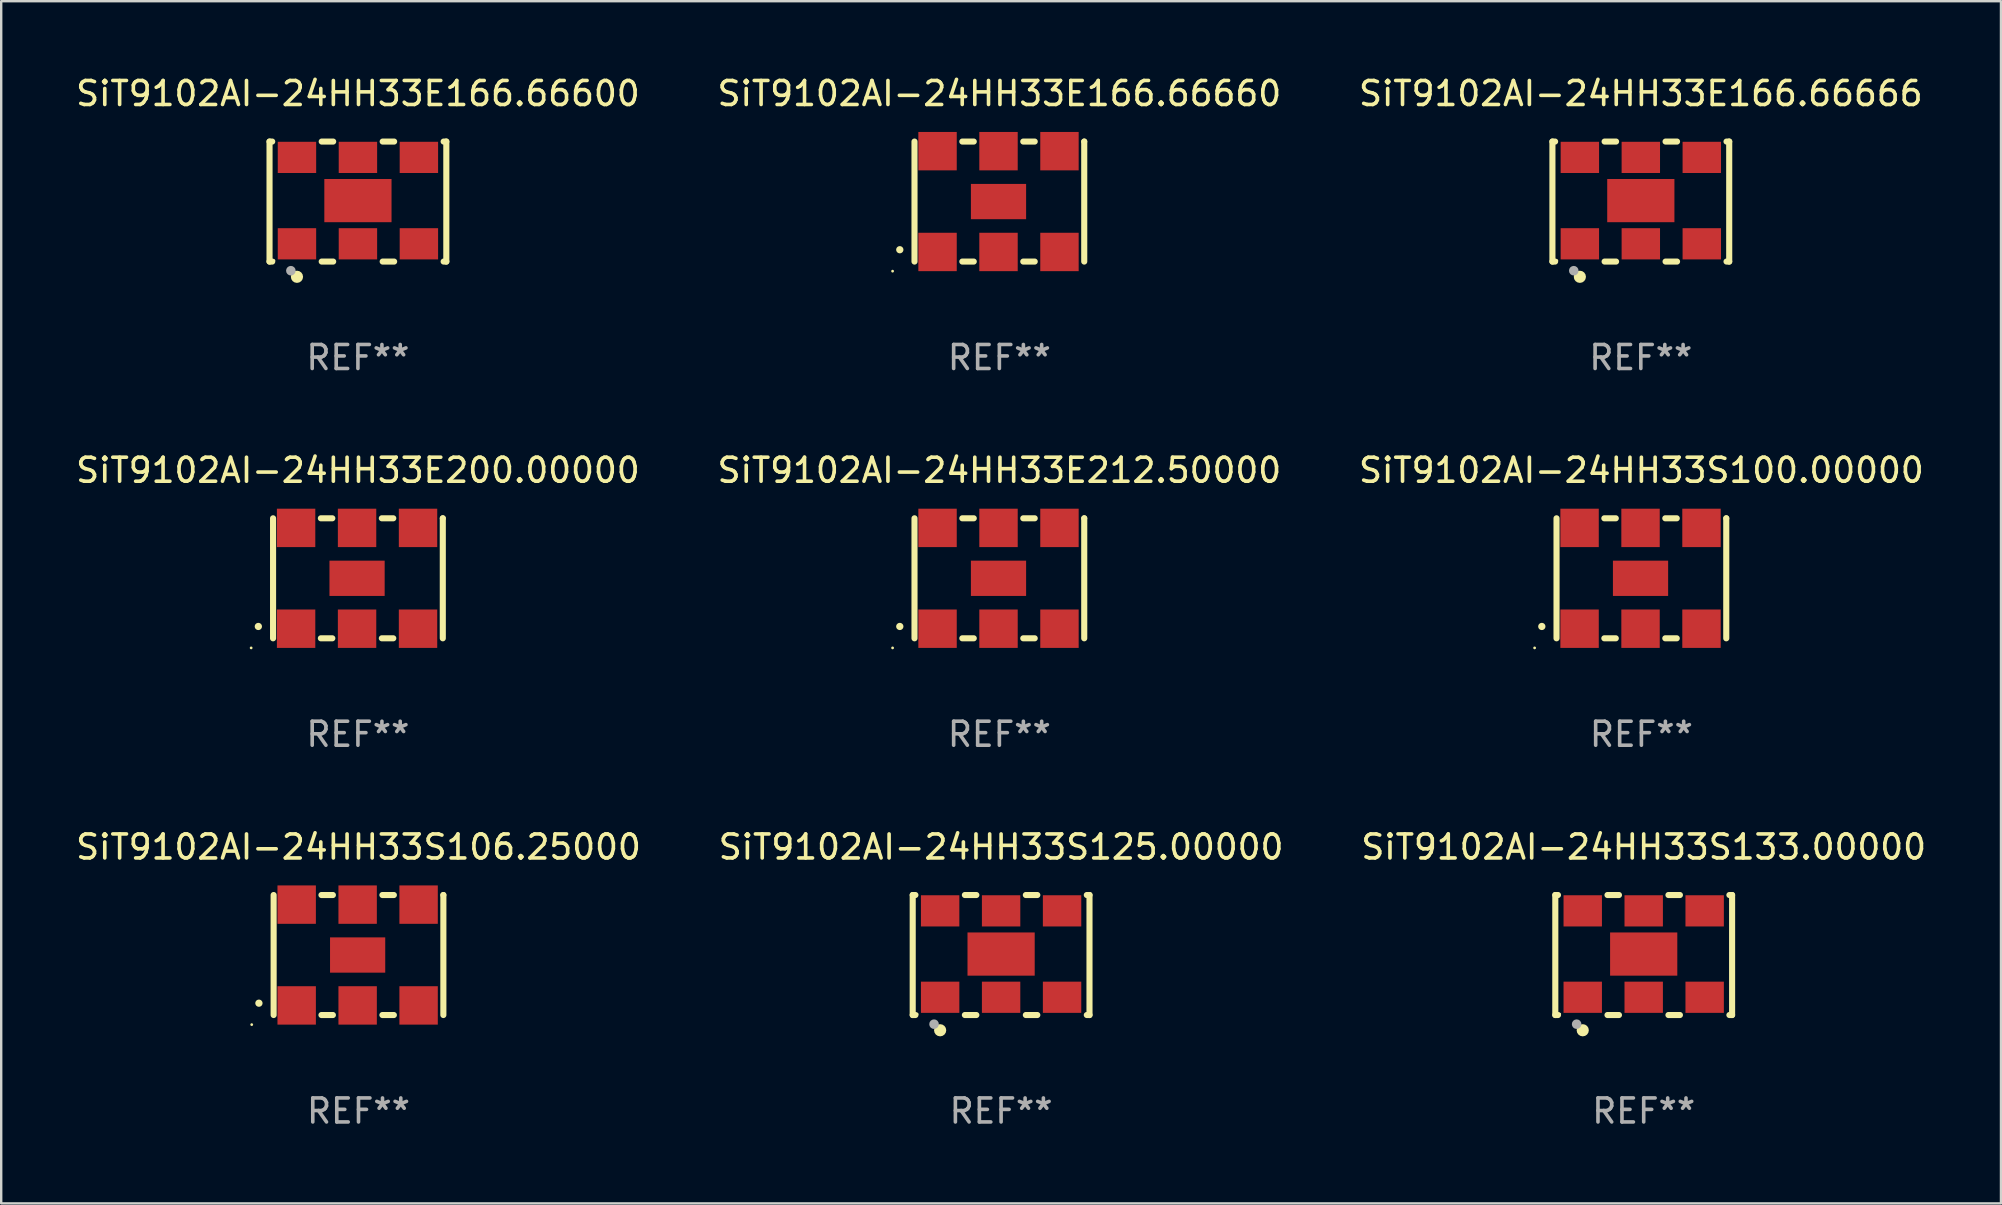
<source format=kicad_pcb>
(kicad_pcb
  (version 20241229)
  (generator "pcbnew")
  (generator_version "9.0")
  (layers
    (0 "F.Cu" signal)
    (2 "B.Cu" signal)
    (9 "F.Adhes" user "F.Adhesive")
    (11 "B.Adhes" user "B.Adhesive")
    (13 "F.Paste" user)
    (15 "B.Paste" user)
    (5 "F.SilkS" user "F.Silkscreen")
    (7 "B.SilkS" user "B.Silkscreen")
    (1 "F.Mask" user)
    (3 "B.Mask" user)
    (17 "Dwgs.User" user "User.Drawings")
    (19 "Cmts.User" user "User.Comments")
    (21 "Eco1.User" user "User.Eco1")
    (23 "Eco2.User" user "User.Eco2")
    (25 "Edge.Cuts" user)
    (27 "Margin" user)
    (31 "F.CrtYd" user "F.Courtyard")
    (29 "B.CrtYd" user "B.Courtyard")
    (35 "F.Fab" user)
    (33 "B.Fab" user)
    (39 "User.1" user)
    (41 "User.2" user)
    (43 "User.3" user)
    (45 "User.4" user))
  (footprint "SiT9102AI-24HH33S106.25000"
    (layer "F.Cu")
    (at 11.887 36.741)
    (property "Reference" "SiT9102AI-24HH33S106.25000" (at 0 -4.5 0) (layer "F.SilkS") (effects (font (size 1 1) (thickness 0.15))))
    (attr through_hole)
    (fp_line (start -3.536 -2.5) (end -3.536 2.5) (stroke (width 0.254) (type solid)) (layer "F.SilkS"))
    (fp_line (start -1.544 2.5) (end -1.067 2.5) (stroke (width 0.254) (type solid)) (layer "F.SilkS"))
    (fp_line (start -1.067 -2.5) (end -1.544 -2.5) (stroke (width 0.254) (type solid)) (layer "F.SilkS"))
    (fp_line (start 0.996 2.5) (end 1.473 2.5) (stroke (width 0.254) (type solid)) (layer "F.SilkS"))
    (fp_line (start 1.473 -2.5) (end 0.996 -2.5) (stroke (width 0.254) (type solid)) (layer "F.SilkS"))
    (fp_line (start 3.536 -2.5) (end 3.536 -2.5) (stroke (width 0.254) (type solid)) (layer "F.SilkS"))
    (fp_line (start 3.536 2.5) (end 3.536 -2.5) (stroke (width 0.254) (type solid)) (layer "F.SilkS"))
    (fp_arc (start -4.150432 2.006604) (mid -4.149162 2.006599) (end -4.147892 2.006604) (stroke (width 0.3) (type solid)) (layer "F.SilkS"))
    (fp_circle (center -4.449 2.9) (end -4.419 2.9) (stroke (width 0.06) (type solid)) (fill no) (layer "F.SilkS"))
    (fp_text user "REF**" (at 0 6.5 0) (layer "F.Fab") (effects (font (size 1 1) (thickness 0.15))))
    (pad "1" smd rect (at -2.576 2.1) (size 1.6 1.6) (layers "F.Cu" "F.Mask" "F.Paste"))
    (pad "2" smd rect (at -0.036 2.1) (size 1.6 1.6) (layers "F.Cu" "F.Mask" "F.Paste"))
    (pad "3" smd rect (at 2.504 2.1) (size 1.6 1.6) (layers "F.Cu" "F.Mask" "F.Paste"))
    (pad "4" smd rect (at 2.504 -2.1) (size 1.6 1.6) (layers "F.Cu" "F.Mask" "F.Paste"))
    (pad "5" smd rect (at -0.036 -2.1) (size 1.6 1.6) (layers "F.Cu" "F.Mask" "F.Paste"))
    (pad "6" smd rect (at -2.576 -2.1) (size 1.6 1.6) (layers "F.Cu" "F.Mask" "F.Paste"))
    (pad "7" smd rect (at -0.036 0) (size 2.3 1.47) (layers "F.Cu" "F.Mask" "F.Paste")))
  (footprint "SiT9102AI-24HH33E166.66600"
    (layer "F.Cu")
    (at 11.863 5.348)
    (property "Reference" "SiT9102AI-24HH33E166.66600" (at 0 -4.5 0) (layer "F.SilkS") (effects (font (size 1 1) (thickness 0.15))))
    (attr through_hole)
    (fp_line (start -3.683 -2.5) (end -3.571 -2.5) (stroke (width 0.254) (type solid)) (layer "F.SilkS"))
    (fp_line (start -3.683 2.5) (end -3.683 -2.5) (stroke (width 0.254) (type solid)) (layer "F.SilkS"))
    (fp_line (start -3.683 2.5) (end -3.571 2.5) (stroke (width 0.254) (type solid)) (layer "F.SilkS"))
    (fp_line (start -1.509 -2.5) (end -1.031 -2.5) (stroke (width 0.254) (type solid)) (layer "F.SilkS"))
    (fp_line (start -1.509 2.5) (end -1.031 2.5) (stroke (width 0.254) (type solid)) (layer "F.SilkS"))
    (fp_line (start 1.031 -2.5) (end 1.509 -2.5) (stroke (width 0.254) (type solid)) (layer "F.SilkS"))
    (fp_line (start 1.031 2.5) (end 1.509 2.5) (stroke (width 0.254) (type solid)) (layer "F.SilkS"))
    (fp_line (start 3.571 -2.5) (end 3.683 -2.5) (stroke (width 0.254) (type solid)) (layer "F.SilkS"))
    (fp_line (start 3.571 2.5) (end 3.683 2.5) (stroke (width 0.254) (type solid)) (layer "F.SilkS"))
    (fp_line (start 3.683 2.5) (end 3.683 -2.5) (stroke (width 0.254) (type solid)) (layer "F.SilkS"))
    (fp_circle (center -3.5 2.46) (end -3.47 2.46) (stroke (width 0.06) (type solid)) (fill no) (layer "F.SilkS"))
    (fp_circle (center -2.54 3.135) (end -2.413 3.135) (stroke (width 0.254) (type solid)) (fill no) (layer "F.SilkS"))
    (fp_circle (center -2.794 2.881) (end -2.694 2.881) (stroke (width 0.2) (type solid)) (fill no) (layer "F.Fab"))
    (fp_text user "REF**" (at 0 6.5 0) (layer "F.Fab") (effects (font (size 1 1) (thickness 0.15))))
    (pad "1" smd rect (at -2.54 1.76) (size 1.6 1.3) (layers "F.Cu" "F.Mask" "F.Paste"))
    (pad "2" smd rect (at 0 1.76) (size 1.6 1.3) (layers "F.Cu" "F.Mask" "F.Paste"))
    (pad "3" smd rect (at 2.54 1.76) (size 1.6 1.3) (layers "F.Cu" "F.Mask" "F.Paste"))
    (pad "4" smd rect (at 2.54 -1.84) (size 1.6 1.3) (layers "F.Cu" "F.Mask" "F.Paste"))
    (pad "5" smd rect (at 0 -1.84) (size 1.6 1.3) (layers "F.Cu" "F.Mask" "F.Paste"))
    (pad "6" smd rect (at -2.54 -1.84) (size 1.6 1.3) (layers "F.Cu" "F.Mask" "F.Paste"))
    (pad "7" smd rect (at 0 -0.04) (size 2.8 1.8) (layers "F.Cu" "F.Mask" "F.Paste")))
  (footprint "SiT9102AI-24HH33E166.66660"
    (layer "F.Cu")
    (at 38.589 5.348)
    (property "Reference" "SiT9102AI-24HH33E166.66660" (at 0 -4.5 0) (layer "F.SilkS") (effects (font (size 1 1) (thickness 0.15))))
    (attr through_hole)
    (fp_line (start -3.536 -2.5) (end -3.536 2.5) (stroke (width 0.254) (type solid)) (layer "F.SilkS"))
    (fp_line (start -1.544 2.5) (end -1.067 2.5) (stroke (width 0.254) (type solid)) (layer "F.SilkS"))
    (fp_line (start -1.067 -2.5) (end -1.544 -2.5) (stroke (width 0.254) (type solid)) (layer "F.SilkS"))
    (fp_line (start 0.996 2.5) (end 1.473 2.5) (stroke (width 0.254) (type solid)) (layer "F.SilkS"))
    (fp_line (start 1.473 -2.5) (end 0.996 -2.5) (stroke (width 0.254) (type solid)) (layer "F.SilkS"))
    (fp_line (start 3.536 -2.5) (end 3.536 -2.5) (stroke (width 0.254) (type solid)) (layer "F.SilkS"))
    (fp_line (start 3.536 2.5) (end 3.536 -2.5) (stroke (width 0.254) (type solid)) (layer "F.SilkS"))
    (fp_arc (start -4.150432 2.006604) (mid -4.149162 2.006599) (end -4.147892 2.006604) (stroke (width 0.3) (type solid)) (layer "F.SilkS"))
    (fp_circle (center -4.449 2.9) (end -4.419 2.9) (stroke (width 0.06) (type solid)) (fill no) (layer "F.SilkS"))
    (fp_text user "REF**" (at 0 6.5 0) (layer "F.Fab") (effects (font (size 1 1) (thickness 0.15))))
    (pad "1" smd rect (at -2.576 2.1) (size 1.6 1.6) (layers "F.Cu" "F.Mask" "F.Paste"))
    (pad "2" smd rect (at -0.036 2.1) (size 1.6 1.6) (layers "F.Cu" "F.Mask" "F.Paste"))
    (pad "3" smd rect (at 2.504 2.1) (size 1.6 1.6) (layers "F.Cu" "F.Mask" "F.Paste"))
    (pad "4" smd rect (at 2.504 -2.1) (size 1.6 1.6) (layers "F.Cu" "F.Mask" "F.Paste"))
    (pad "5" smd rect (at -0.036 -2.1) (size 1.6 1.6) (layers "F.Cu" "F.Mask" "F.Paste"))
    (pad "6" smd rect (at -2.576 -2.1) (size 1.6 1.6) (layers "F.Cu" "F.Mask" "F.Paste"))
    (pad "7" smd rect (at -0.036 0) (size 2.3 1.47) (layers "F.Cu" "F.Mask" "F.Paste")))
  (footprint "SiT9102AI-24HH33E200.00000"
    (layer "F.Cu")
    (at 11.863 21.045)
    (property "Reference" "SiT9102AI-24HH33E200.00000" (at 0 -4.5 0) (layer "F.SilkS") (effects (font (size 1 1) (thickness 0.15))))
    (attr through_hole)
    (fp_line (start -3.536 -2.5) (end -3.536 2.5) (stroke (width 0.254) (type solid)) (layer "F.SilkS"))
    (fp_line (start -1.544 2.5) (end -1.067 2.5) (stroke (width 0.254) (type solid)) (layer "F.SilkS"))
    (fp_line (start -1.067 -2.5) (end -1.544 -2.5) (stroke (width 0.254) (type solid)) (layer "F.SilkS"))
    (fp_line (start 0.996 2.5) (end 1.473 2.5) (stroke (width 0.254) (type solid)) (layer "F.SilkS"))
    (fp_line (start 1.473 -2.5) (end 0.996 -2.5) (stroke (width 0.254) (type solid)) (layer "F.SilkS"))
    (fp_line (start 3.536 -2.5) (end 3.536 -2.5) (stroke (width 0.254) (type solid)) (layer "F.SilkS"))
    (fp_line (start 3.536 2.5) (end 3.536 -2.5) (stroke (width 0.254) (type solid)) (layer "F.SilkS"))
    (fp_arc (start -4.150432 2.006604) (mid -4.149162 2.006599) (end -4.147892 2.006604) (stroke (width 0.3) (type solid)) (layer "F.SilkS"))
    (fp_circle (center -4.449 2.9) (end -4.419 2.9) (stroke (width 0.06) (type solid)) (fill no) (layer "F.SilkS"))
    (fp_text user "REF**" (at 0 6.5 0) (layer "F.Fab") (effects (font (size 1 1) (thickness 0.15))))
    (pad "1" smd rect (at -2.576 2.1) (size 1.6 1.6) (layers "F.Cu" "F.Mask" "F.Paste"))
    (pad "2" smd rect (at -0.036 2.1) (size 1.6 1.6) (layers "F.Cu" "F.Mask" "F.Paste"))
    (pad "3" smd rect (at 2.504 2.1) (size 1.6 1.6) (layers "F.Cu" "F.Mask" "F.Paste"))
    (pad "4" smd rect (at 2.504 -2.1) (size 1.6 1.6) (layers "F.Cu" "F.Mask" "F.Paste"))
    (pad "5" smd rect (at -0.036 -2.1) (size 1.6 1.6) (layers "F.Cu" "F.Mask" "F.Paste"))
    (pad "6" smd rect (at -2.576 -2.1) (size 1.6 1.6) (layers "F.Cu" "F.Mask" "F.Paste"))
    (pad "7" smd rect (at -0.036 0) (size 2.3 1.47) (layers "F.Cu" "F.Mask" "F.Paste")))
  (footprint "SiT9102AI-24HH33E166.66666"
    (layer "F.Cu")
    (at 65.315 5.348)
    (property "Reference" "SiT9102AI-24HH33E166.66666" (at 0 -4.5 0) (layer "F.SilkS") (effects (font (size 1 1) (thickness 0.15))))
    (attr through_hole)
    (fp_line (start -3.683 -2.5) (end -3.571 -2.5) (stroke (width 0.254) (type solid)) (layer "F.SilkS"))
    (fp_line (start -3.683 2.5) (end -3.683 -2.5) (stroke (width 0.254) (type solid)) (layer "F.SilkS"))
    (fp_line (start -3.683 2.5) (end -3.571 2.5) (stroke (width 0.254) (type solid)) (layer "F.SilkS"))
    (fp_line (start -1.509 -2.5) (end -1.031 -2.5) (stroke (width 0.254) (type solid)) (layer "F.SilkS"))
    (fp_line (start -1.509 2.5) (end -1.031 2.5) (stroke (width 0.254) (type solid)) (layer "F.SilkS"))
    (fp_line (start 1.031 -2.5) (end 1.509 -2.5) (stroke (width 0.254) (type solid)) (layer "F.SilkS"))
    (fp_line (start 1.031 2.5) (end 1.509 2.5) (stroke (width 0.254) (type solid)) (layer "F.SilkS"))
    (fp_line (start 3.571 -2.5) (end 3.683 -2.5) (stroke (width 0.254) (type solid)) (layer "F.SilkS"))
    (fp_line (start 3.571 2.5) (end 3.683 2.5) (stroke (width 0.254) (type solid)) (layer "F.SilkS"))
    (fp_line (start 3.683 2.5) (end 3.683 -2.5) (stroke (width 0.254) (type solid)) (layer "F.SilkS"))
    (fp_circle (center -3.5 2.46) (end -3.47 2.46) (stroke (width 0.06) (type solid)) (fill no) (layer "F.SilkS"))
    (fp_circle (center -2.54 3.135) (end -2.413 3.135) (stroke (width 0.254) (type solid)) (fill no) (layer "F.SilkS"))
    (fp_circle (center -2.794 2.881) (end -2.694 2.881) (stroke (width 0.2) (type solid)) (fill no) (layer "F.Fab"))
    (fp_text user "REF**" (at 0 6.5 0) (layer "F.Fab") (effects (font (size 1 1) (thickness 0.15))))
    (pad "1" smd rect (at -2.54 1.76) (size 1.6 1.3) (layers "F.Cu" "F.Mask" "F.Paste"))
    (pad "2" smd rect (at 0 1.76) (size 1.6 1.3) (layers "F.Cu" "F.Mask" "F.Paste"))
    (pad "3" smd rect (at 2.54 1.76) (size 1.6 1.3) (layers "F.Cu" "F.Mask" "F.Paste"))
    (pad "4" smd rect (at 2.54 -1.84) (size 1.6 1.3) (layers "F.Cu" "F.Mask" "F.Paste"))
    (pad "5" smd rect (at 0 -1.84) (size 1.6 1.3) (layers "F.Cu" "F.Mask" "F.Paste"))
    (pad "6" smd rect (at -2.54 -1.84) (size 1.6 1.3) (layers "F.Cu" "F.Mask" "F.Paste"))
    (pad "7" smd rect (at 0 -0.04) (size 2.8 1.8) (layers "F.Cu" "F.Mask" "F.Paste")))
  (footprint "SiT9102AI-24HH33E212.50000"
    (layer "F.Cu")
    (at 38.589 21.045)
    (property "Reference" "SiT9102AI-24HH33E212.50000" (at 0 -4.5 0) (layer "F.SilkS") (effects (font (size 1 1) (thickness 0.15))))
    (attr through_hole)
    (fp_line (start -3.536 -2.5) (end -3.536 2.5) (stroke (width 0.254) (type solid)) (layer "F.SilkS"))
    (fp_line (start -1.544 2.5) (end -1.067 2.5) (stroke (width 0.254) (type solid)) (layer "F.SilkS"))
    (fp_line (start -1.067 -2.5) (end -1.544 -2.5) (stroke (width 0.254) (type solid)) (layer "F.SilkS"))
    (fp_line (start 0.996 2.5) (end 1.473 2.5) (stroke (width 0.254) (type solid)) (layer "F.SilkS"))
    (fp_line (start 1.473 -2.5) (end 0.996 -2.5) (stroke (width 0.254) (type solid)) (layer "F.SilkS"))
    (fp_line (start 3.536 -2.5) (end 3.536 -2.5) (stroke (width 0.254) (type solid)) (layer "F.SilkS"))
    (fp_line (start 3.536 2.5) (end 3.536 -2.5) (stroke (width 0.254) (type solid)) (layer "F.SilkS"))
    (fp_arc (start -4.150432 2.006604) (mid -4.149162 2.006599) (end -4.147892 2.006604) (stroke (width 0.3) (type solid)) (layer "F.SilkS"))
    (fp_circle (center -4.449 2.9) (end -4.419 2.9) (stroke (width 0.06) (type solid)) (fill no) (layer "F.SilkS"))
    (fp_text user "REF**" (at 0 6.5 0) (layer "F.Fab") (effects (font (size 1 1) (thickness 0.15))))
    (pad "1" smd rect (at -2.576 2.1) (size 1.6 1.6) (layers "F.Cu" "F.Mask" "F.Paste"))
    (pad "2" smd rect (at -0.036 2.1) (size 1.6 1.6) (layers "F.Cu" "F.Mask" "F.Paste"))
    (pad "3" smd rect (at 2.504 2.1) (size 1.6 1.6) (layers "F.Cu" "F.Mask" "F.Paste"))
    (pad "4" smd rect (at 2.504 -2.1) (size 1.6 1.6) (layers "F.Cu" "F.Mask" "F.Paste"))
    (pad "5" smd rect (at -0.036 -2.1) (size 1.6 1.6) (layers "F.Cu" "F.Mask" "F.Paste"))
    (pad "6" smd rect (at -2.576 -2.1) (size 1.6 1.6) (layers "F.Cu" "F.Mask" "F.Paste"))
    (pad "7" smd rect (at -0.036 0) (size 2.3 1.47) (layers "F.Cu" "F.Mask" "F.Paste")))
  (footprint "SiT9102AI-24HH33S133.00000"
    (layer "F.Cu")
    (at 65.435 36.741)
    (property "Reference" "SiT9102AI-24HH33S133.00000" (at 0 -4.5 0) (layer "F.SilkS") (effects (font (size 1 1) (thickness 0.15))))
    (attr through_hole)
    (fp_line (start -3.683 -2.5) (end -3.571 -2.5) (stroke (width 0.254) (type solid)) (layer "F.SilkS"))
    (fp_line (start -3.683 2.5) (end -3.683 -2.5) (stroke (width 0.254) (type solid)) (layer "F.SilkS"))
    (fp_line (start -3.683 2.5) (end -3.571 2.5) (stroke (width 0.254) (type solid)) (layer "F.SilkS"))
    (fp_line (start -1.509 -2.5) (end -1.031 -2.5) (stroke (width 0.254) (type solid)) (layer "F.SilkS"))
    (fp_line (start -1.509 2.5) (end -1.031 2.5) (stroke (width 0.254) (type solid)) (layer "F.SilkS"))
    (fp_line (start 1.031 -2.5) (end 1.509 -2.5) (stroke (width 0.254) (type solid)) (layer "F.SilkS"))
    (fp_line (start 1.031 2.5) (end 1.509 2.5) (stroke (width 0.254) (type solid)) (layer "F.SilkS"))
    (fp_line (start 3.571 -2.5) (end 3.683 -2.5) (stroke (width 0.254) (type solid)) (layer "F.SilkS"))
    (fp_line (start 3.571 2.5) (end 3.683 2.5) (stroke (width 0.254) (type solid)) (layer "F.SilkS"))
    (fp_line (start 3.683 2.5) (end 3.683 -2.5) (stroke (width 0.254) (type solid)) (layer "F.SilkS"))
    (fp_circle (center -3.5 2.46) (end -3.47 2.46) (stroke (width 0.06) (type solid)) (fill no) (layer "F.SilkS"))
    (fp_circle (center -2.54 3.135) (end -2.413 3.135) (stroke (width 0.254) (type solid)) (fill no) (layer "F.SilkS"))
    (fp_circle (center -2.794 2.881) (end -2.694 2.881) (stroke (width 0.2) (type solid)) (fill no) (layer "F.Fab"))
    (fp_text user "REF**" (at 0 6.5 0) (layer "F.Fab") (effects (font (size 1 1) (thickness 0.15))))
    (pad "1" smd rect (at -2.54 1.76) (size 1.6 1.3) (layers "F.Cu" "F.Mask" "F.Paste"))
    (pad "2" smd rect (at 0 1.76) (size 1.6 1.3) (layers "F.Cu" "F.Mask" "F.Paste"))
    (pad "3" smd rect (at 2.54 1.76) (size 1.6 1.3) (layers "F.Cu" "F.Mask" "F.Paste"))
    (pad "4" smd rect (at 2.54 -1.84) (size 1.6 1.3) (layers "F.Cu" "F.Mask" "F.Paste"))
    (pad "5" smd rect (at 0 -1.84) (size 1.6 1.3) (layers "F.Cu" "F.Mask" "F.Paste"))
    (pad "6" smd rect (at -2.54 -1.84) (size 1.6 1.3) (layers "F.Cu" "F.Mask" "F.Paste"))
    (pad "7" smd rect (at 0 -0.04) (size 2.8 1.8) (layers "F.Cu" "F.Mask" "F.Paste")))
  (footprint "SiT9102AI-24HH33S125.00000"
    (layer "F.Cu")
    (at 38.661 36.741)
    (property "Reference" "SiT9102AI-24HH33S125.00000" (at 0 -4.5 0) (layer "F.SilkS") (effects (font (size 1 1) (thickness 0.15))))
    (attr through_hole)
    (fp_line (start -3.683 -2.5) (end -3.571 -2.5) (stroke (width 0.254) (type solid)) (layer "F.SilkS"))
    (fp_line (start -3.683 2.5) (end -3.683 -2.5) (stroke (width 0.254) (type solid)) (layer "F.SilkS"))
    (fp_line (start -3.683 2.5) (end -3.571 2.5) (stroke (width 0.254) (type solid)) (layer "F.SilkS"))
    (fp_line (start -1.509 -2.5) (end -1.031 -2.5) (stroke (width 0.254) (type solid)) (layer "F.SilkS"))
    (fp_line (start -1.509 2.5) (end -1.031 2.5) (stroke (width 0.254) (type solid)) (layer "F.SilkS"))
    (fp_line (start 1.031 -2.5) (end 1.509 -2.5) (stroke (width 0.254) (type solid)) (layer "F.SilkS"))
    (fp_line (start 1.031 2.5) (end 1.509 2.5) (stroke (width 0.254) (type solid)) (layer "F.SilkS"))
    (fp_line (start 3.571 -2.5) (end 3.683 -2.5) (stroke (width 0.254) (type solid)) (layer "F.SilkS"))
    (fp_line (start 3.571 2.5) (end 3.683 2.5) (stroke (width 0.254) (type solid)) (layer "F.SilkS"))
    (fp_line (start 3.683 2.5) (end 3.683 -2.5) (stroke (width 0.254) (type solid)) (layer "F.SilkS"))
    (fp_circle (center -3.5 2.46) (end -3.47 2.46) (stroke (width 0.06) (type solid)) (fill no) (layer "F.SilkS"))
    (fp_circle (center -2.54 3.135) (end -2.413 3.135) (stroke (width 0.254) (type solid)) (fill no) (layer "F.SilkS"))
    (fp_circle (center -2.794 2.881) (end -2.694 2.881) (stroke (width 0.2) (type solid)) (fill no) (layer "F.Fab"))
    (fp_text user "REF**" (at 0 6.5 0) (layer "F.Fab") (effects (font (size 1 1) (thickness 0.15))))
    (pad "1" smd rect (at -2.54 1.76) (size 1.6 1.3) (layers "F.Cu" "F.Mask" "F.Paste"))
    (pad "2" smd rect (at 0 1.76) (size 1.6 1.3) (layers "F.Cu" "F.Mask" "F.Paste"))
    (pad "3" smd rect (at 2.54 1.76) (size 1.6 1.3) (layers "F.Cu" "F.Mask" "F.Paste"))
    (pad "4" smd rect (at 2.54 -1.84) (size 1.6 1.3) (layers "F.Cu" "F.Mask" "F.Paste"))
    (pad "5" smd rect (at 0 -1.84) (size 1.6 1.3) (layers "F.Cu" "F.Mask" "F.Paste"))
    (pad "6" smd rect (at -2.54 -1.84) (size 1.6 1.3) (layers "F.Cu" "F.Mask" "F.Paste"))
    (pad "7" smd rect (at 0 -0.04) (size 2.8 1.8) (layers "F.Cu" "F.Mask" "F.Paste")))
  (footprint "SiT9102AI-24HH33S100.00000"
    (layer "F.Cu")
    (at 65.339 21.045)
    (property "Reference" "SiT9102AI-24HH33S100.00000" (at 0 -4.5 0) (layer "F.SilkS") (effects (font (size 1 1) (thickness 0.15))))
    (attr through_hole)
    (fp_line (start -3.536 -2.5) (end -3.536 2.5) (stroke (width 0.254) (type solid)) (layer "F.SilkS"))
    (fp_line (start -1.544 2.5) (end -1.067 2.5) (stroke (width 0.254) (type solid)) (layer "F.SilkS"))
    (fp_line (start -1.067 -2.5) (end -1.544 -2.5) (stroke (width 0.254) (type solid)) (layer "F.SilkS"))
    (fp_line (start 0.996 2.5) (end 1.473 2.5) (stroke (width 0.254) (type solid)) (layer "F.SilkS"))
    (fp_line (start 1.473 -2.5) (end 0.996 -2.5) (stroke (width 0.254) (type solid)) (layer "F.SilkS"))
    (fp_line (start 3.536 -2.5) (end 3.536 -2.5) (stroke (width 0.254) (type solid)) (layer "F.SilkS"))
    (fp_line (start 3.536 2.5) (end 3.536 -2.5) (stroke (width 0.254) (type solid)) (layer "F.SilkS"))
    (fp_arc (start -4.150432 2.006604) (mid -4.149162 2.006599) (end -4.147892 2.006604) (stroke (width 0.3) (type solid)) (layer "F.SilkS"))
    (fp_circle (center -4.449 2.9) (end -4.419 2.9) (stroke (width 0.06) (type solid)) (fill no) (layer "F.SilkS"))
    (fp_text user "REF**" (at 0 6.5 0) (layer "F.Fab") (effects (font (size 1 1) (thickness 0.15))))
    (pad "1" smd rect (at -2.576 2.1) (size 1.6 1.6) (layers "F.Cu" "F.Mask" "F.Paste"))
    (pad "2" smd rect (at -0.036 2.1) (size 1.6 1.6) (layers "F.Cu" "F.Mask" "F.Paste"))
    (pad "3" smd rect (at 2.504 2.1) (size 1.6 1.6) (layers "F.Cu" "F.Mask" "F.Paste"))
    (pad "4" smd rect (at 2.504 -2.1) (size 1.6 1.6) (layers "F.Cu" "F.Mask" "F.Paste"))
    (pad "5" smd rect (at -0.036 -2.1) (size 1.6 1.6) (layers "F.Cu" "F.Mask" "F.Paste"))
    (pad "6" smd rect (at -2.576 -2.1) (size 1.6 1.6) (layers "F.Cu" "F.Mask" "F.Paste"))
    (pad "7" smd rect (at -0.036 0) (size 2.3 1.47) (layers "F.Cu" "F.Mask" "F.Paste")))
  (gr_rect
    (start -3 -3)
    (end 80.321 47.09)
    (stroke (width 0.1) (type default))
    (fill no)
    (layer "Edge.Cuts")))
</source>
